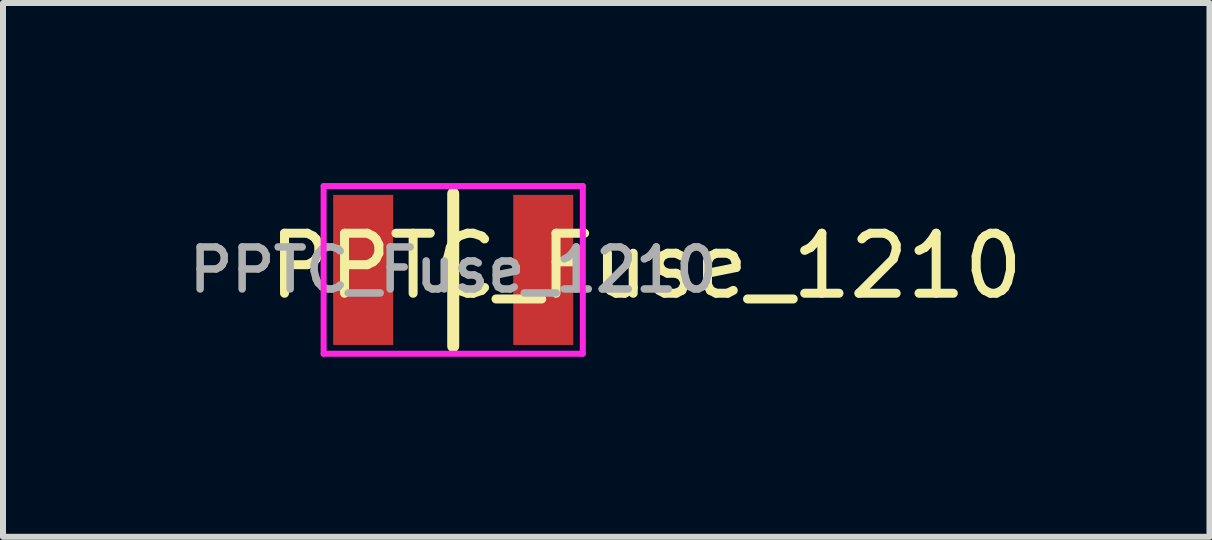
<source format=kicad_pcb>
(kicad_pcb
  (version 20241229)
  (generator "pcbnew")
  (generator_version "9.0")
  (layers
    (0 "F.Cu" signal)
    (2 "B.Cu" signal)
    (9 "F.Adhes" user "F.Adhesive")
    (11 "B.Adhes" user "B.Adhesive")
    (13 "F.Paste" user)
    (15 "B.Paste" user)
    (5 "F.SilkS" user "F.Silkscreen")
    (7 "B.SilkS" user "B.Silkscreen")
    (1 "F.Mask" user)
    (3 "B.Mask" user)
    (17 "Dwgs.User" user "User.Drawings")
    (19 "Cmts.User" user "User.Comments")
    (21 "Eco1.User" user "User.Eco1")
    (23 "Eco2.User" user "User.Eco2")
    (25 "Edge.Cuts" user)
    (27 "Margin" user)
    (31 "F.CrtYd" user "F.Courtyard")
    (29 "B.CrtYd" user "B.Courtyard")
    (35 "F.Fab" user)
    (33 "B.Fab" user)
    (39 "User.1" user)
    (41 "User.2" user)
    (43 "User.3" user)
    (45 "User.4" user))
  (footprint "PPTC_Fuse_1210"
    (layer "F.Cu")
    (at 4.501 1.447)
    (property "Reference" "PPTC_Fuse_1210" (at 3.213 -0.066 0) (layer "F.SilkS") (effects (font (size 1 1) (thickness 0.15))))
    (attr through_hole)
    (fp_line (start 0 -1.27) (end 0 1.27) (stroke (width 0.2) (type solid)) (layer "F.SilkS"))
    (fp_line (start -2.159 -1.397) (end 2.159 -1.397) (stroke (width 0.1) (type solid)) (layer "F.CrtYd"))
    (fp_line (start -2.159 1.397) (end -2.159 -1.397) (stroke (width 0.1) (type solid)) (layer "F.CrtYd"))
    (fp_line (start 2.159 -1.397) (end 2.159 1.397) (stroke (width 0.1) (type solid)) (layer "F.CrtYd"))
    (fp_line (start 2.159 1.397) (end -2.159 1.397) (stroke (width 0.1) (type solid)) (layer "F.CrtYd"))
    (fp_text user "${REFERENCE}" (at 0 0 0) (layer "F.Fab") (effects (font (size 0.7 0.7) (thickness 0.125))))
    (pad "1" smd rect (at -1.5 0) (size 1 2.5) (layers "F.Cu" "F.Mask" "F.Paste"))
    (pad "2" smd rect (at 1.5 0) (size 1 2.5) (layers "F.Cu" "F.Mask" "F.Paste")))
  (gr_rect
    (start -3 -3)
    (end 17.101 5.894)
    (stroke (width 0.1) (type default))
    (fill no)
    (layer "Edge.Cuts")))
</source>
